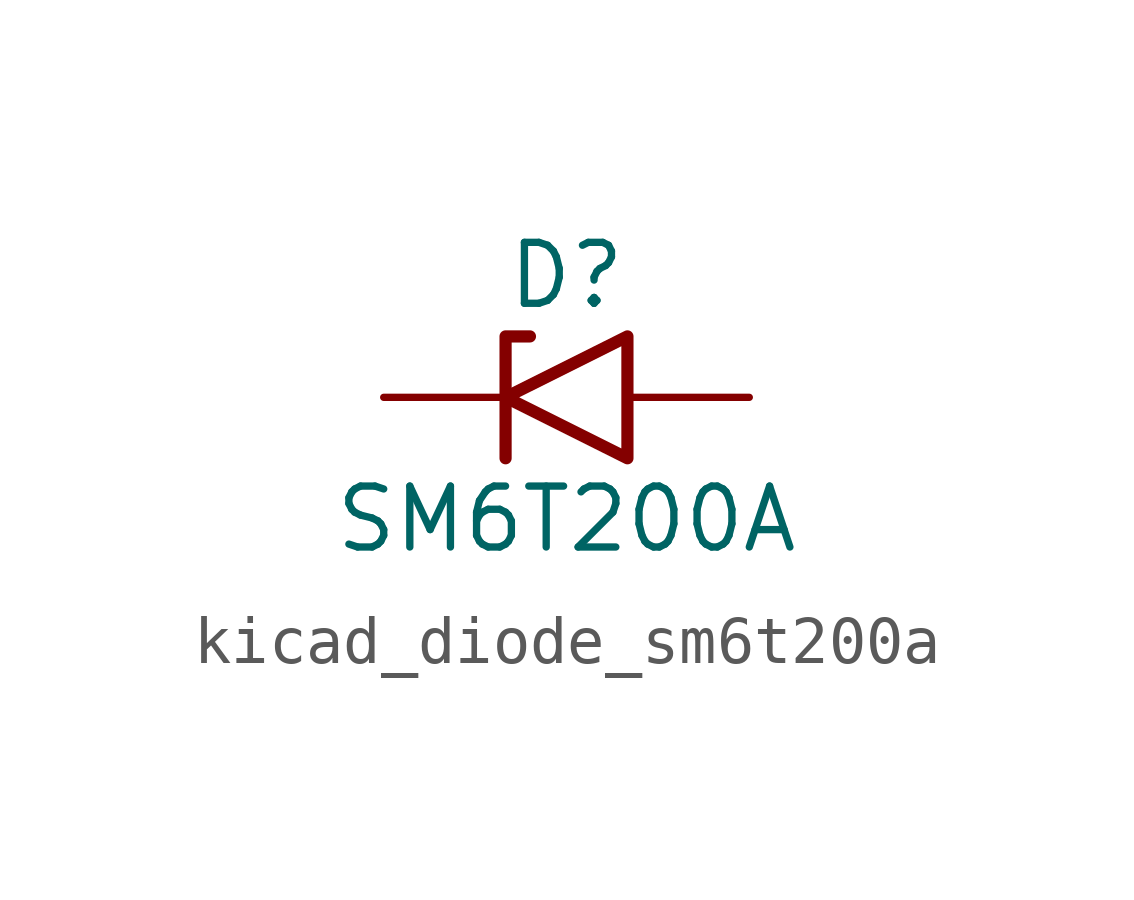
<source format=kicad_sym>
(kicad_symbol_lib
  (version 20220914)
  (generator kicad_symbol_editor)
  (symbol "kicad_diode_sm6t200a"
    (pin_numbers hide)
    (pin_names
      (offset 1.016) hide)
    (property "Reference" "D"
      (at 0 2.54 0)
      (effects (font (size 1.27 1.27))))
    (property "Value" "SM6T200A"
      (at 0 -2.54 0)
      (effects (font (size 1.27 1.27))))
    (symbol "kicad_diode_sm6t200a_0_1"
      (polyline (pts (xy -0.762 1.27) (xy -1.27 1.27) (xy -1.27 -1.27)) (stroke (width 0.254) (type default)) (fill (type none)))
      (polyline (pts (xy 1.27 1.27) (xy 1.27 -1.27) (xy -1.27 0) (xy 1.27 1.27)) (stroke (width 0.254) (type default)) (fill (type none))))
    (symbol "kicad_diode_sm6t200a_1_1"
      (pin passive line (at -3.81 0 0) (length 2.54) (name "A1" (effects (font (size 1.27 1.27)))) (number "1" (effects (font (size 1.27 1.27)))))
      (pin passive line (at 3.81 0 180) (length 2.54) (name "A2" (effects (font (size 1.27 1.27)))) (number "2" (effects (font (size 1.27 1.27))))))))
</source>
